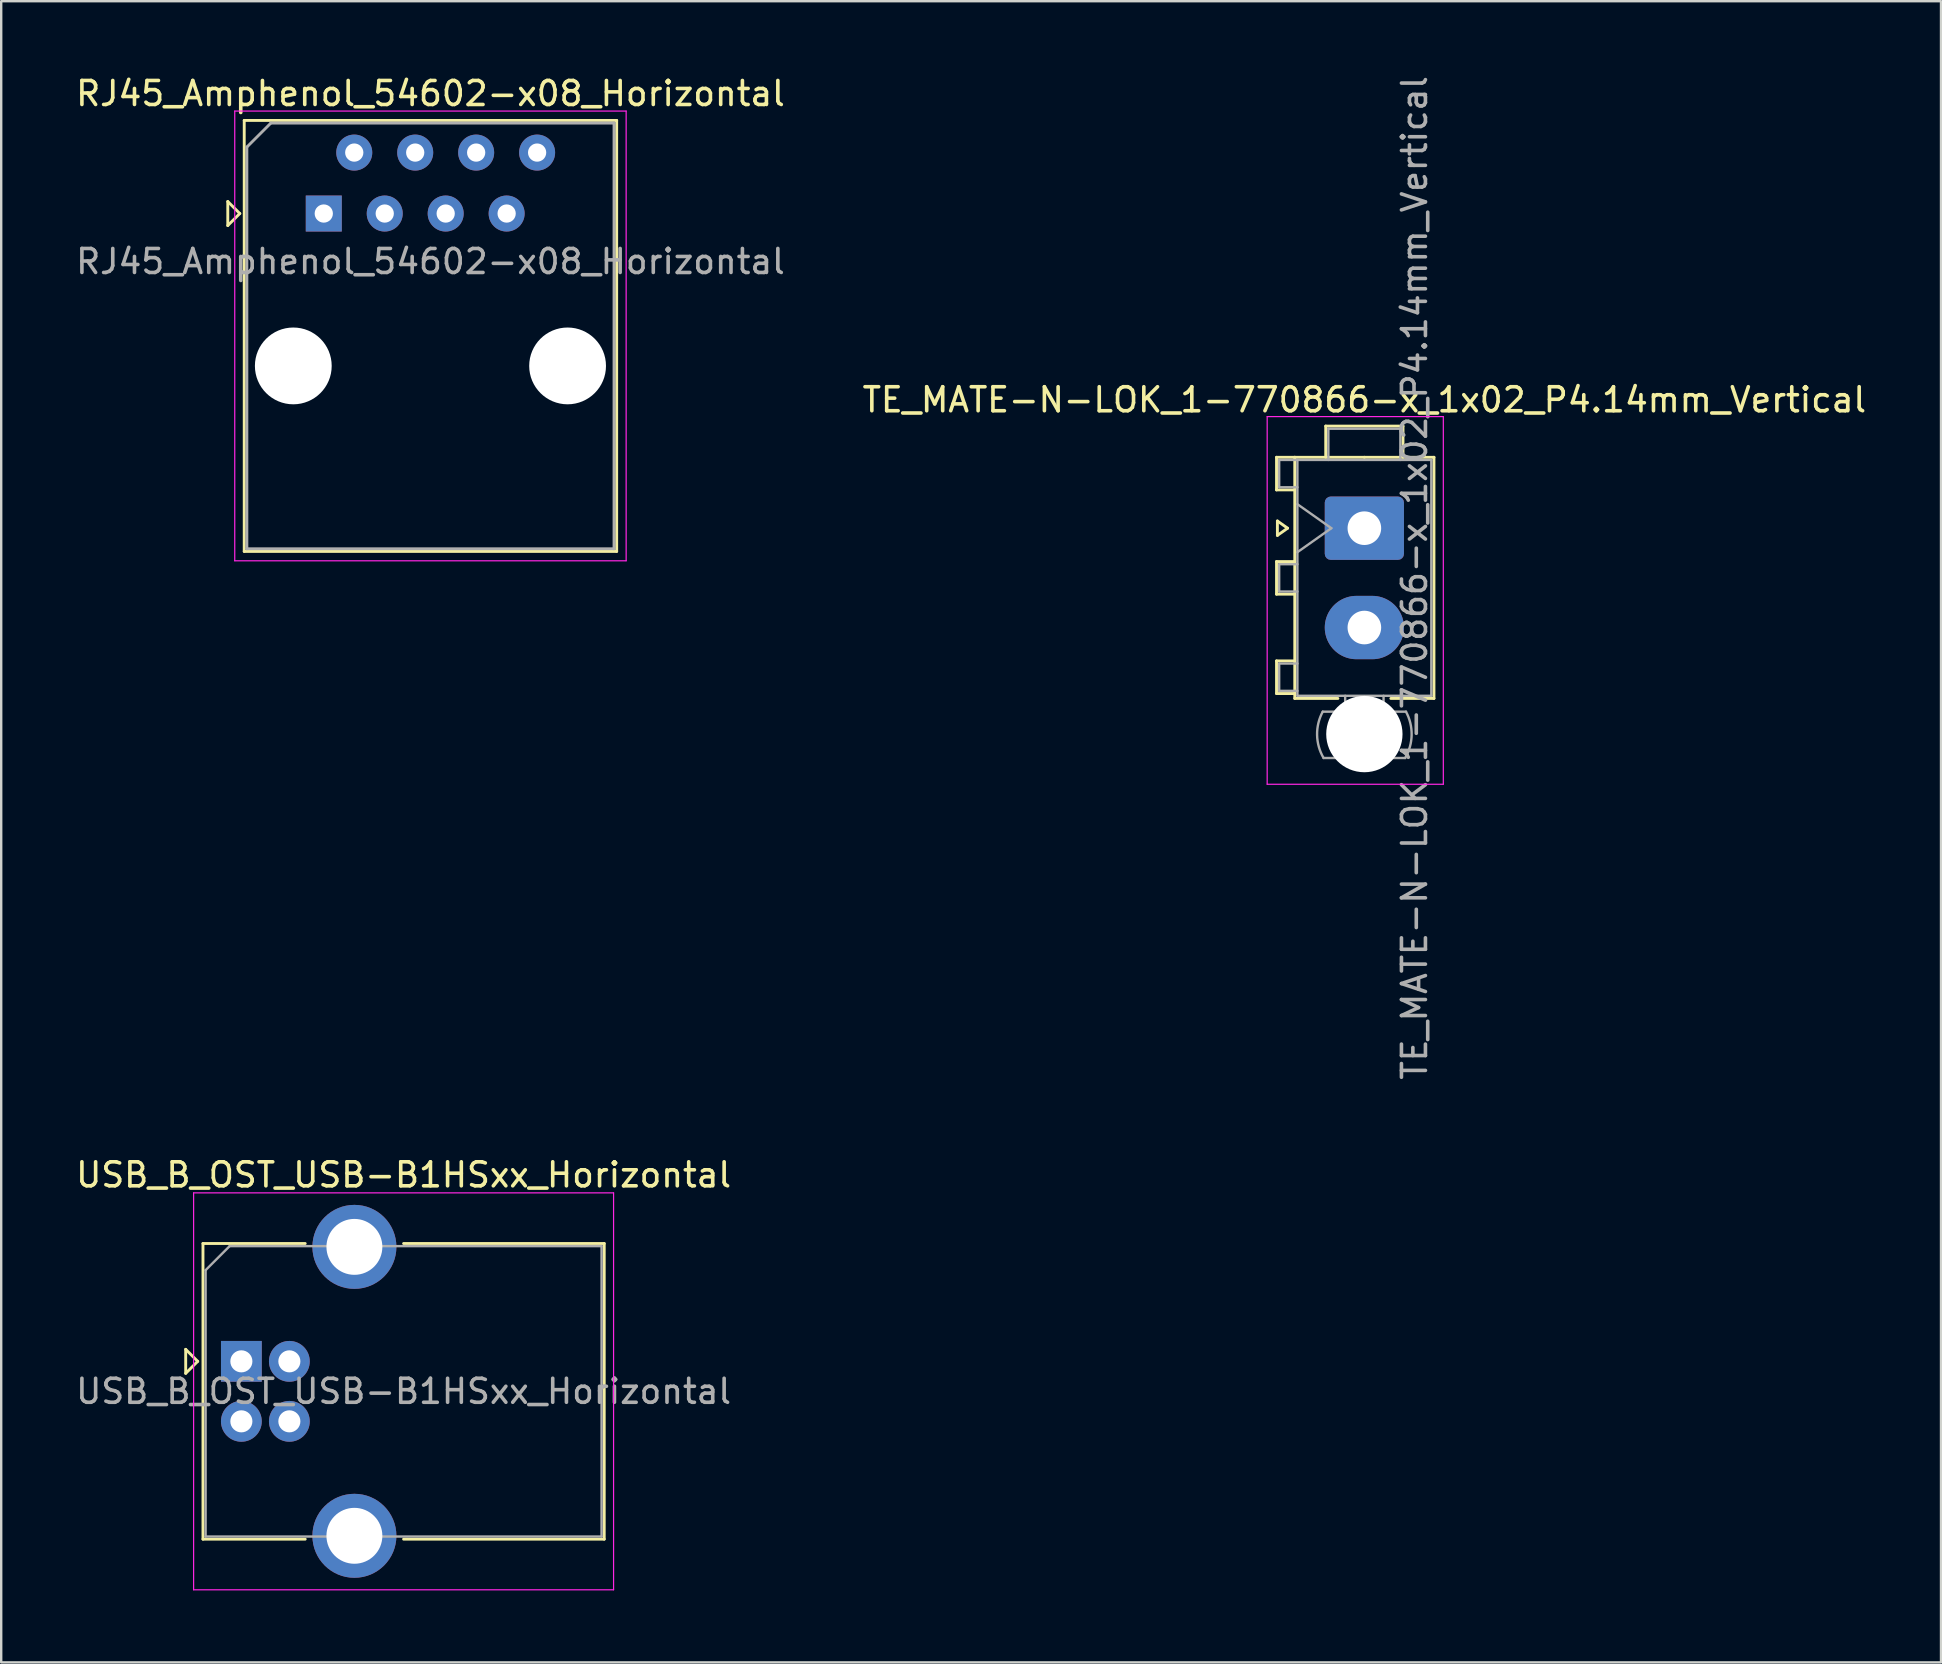
<source format=kicad_pcb>
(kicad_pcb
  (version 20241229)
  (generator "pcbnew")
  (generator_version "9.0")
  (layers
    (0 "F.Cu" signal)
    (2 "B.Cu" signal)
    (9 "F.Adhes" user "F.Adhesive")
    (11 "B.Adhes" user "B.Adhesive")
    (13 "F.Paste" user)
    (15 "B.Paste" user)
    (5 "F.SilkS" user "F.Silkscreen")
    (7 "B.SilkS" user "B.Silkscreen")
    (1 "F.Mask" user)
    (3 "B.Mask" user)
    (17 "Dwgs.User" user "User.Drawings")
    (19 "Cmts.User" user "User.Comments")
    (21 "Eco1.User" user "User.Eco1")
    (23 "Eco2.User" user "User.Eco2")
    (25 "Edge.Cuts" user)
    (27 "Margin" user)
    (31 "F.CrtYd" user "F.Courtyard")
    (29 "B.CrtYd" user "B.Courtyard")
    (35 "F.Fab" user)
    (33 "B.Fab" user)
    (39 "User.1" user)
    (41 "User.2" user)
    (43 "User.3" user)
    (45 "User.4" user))
  (footprint "RJ45_Amphenol_54602-x08_Horizontal"
    (layer "F.Cu")
    (at 10.442 5.848)
    (property "Reference" "RJ45_Amphenol_54602-x08_Horizontal" (at 4.445 -5 0) (layer "F.SilkS") (effects (font (size 1 1) (thickness 0.15))))
    (attr through_hole)
    (fp_line (start -4 -0.5) (end -4 0.5) (stroke (width 0.12) (type solid)) (layer "F.SilkS"))
    (fp_line (start -4 0.5) (end -3.5 0) (stroke (width 0.12) (type solid)) (layer "F.SilkS"))
    (fp_line (start -3.5 0) (end -4 -0.5) (stroke (width 0.12) (type solid)) (layer "F.SilkS"))
    (fp_line (start -3.315 -3.88) (end -3.315 14.08) (stroke (width 0.12) (type solid)) (layer "F.SilkS"))
    (fp_line (start -3.315 14.08) (end 12.205 14.08) (stroke (width 0.12) (type solid)) (layer "F.SilkS"))
    (fp_line (start 12.205 -3.88) (end -3.315 -3.88) (stroke (width 0.12) (type solid)) (layer "F.SilkS"))
    (fp_line (start 12.205 -3.88) (end 12.205 14.08) (stroke (width 0.12) (type solid)) (layer "F.SilkS"))
    (fp_line (start -3.71 -4.27) (end -3.71 14.47) (stroke (width 0.05) (type solid)) (layer "F.CrtYd"))
    (fp_line (start -3.71 -4.27) (end 12.6 -4.27) (stroke (width 0.05) (type solid)) (layer "F.CrtYd"))
    (fp_line (start 12.6 14.47) (end -3.71 14.47) (stroke (width 0.05) (type solid)) (layer "F.CrtYd"))
    (fp_line (start 12.6 14.47) (end 12.6 -4.27) (stroke (width 0.05) (type solid)) (layer "F.CrtYd"))
    (fp_line (start -3.205 -2.77) (end -2.205 -3.77) (stroke (width 0.12) (type solid)) (layer "F.Fab"))
    (fp_line (start -3.205 13.97) (end -3.205 -2.77) (stroke (width 0.12) (type solid)) (layer "F.Fab"))
    (fp_line (start -2.205 -3.77) (end 12.095 -3.77) (stroke (width 0.12) (type solid)) (layer "F.Fab"))
    (fp_line (start 12.095 -3.77) (end 12.095 13.97) (stroke (width 0.12) (type solid)) (layer "F.Fab"))
    (fp_line (start 12.095 13.97) (end -3.205 13.97) (stroke (width 0.12) (type solid)) (layer "F.Fab"))
    (fp_text user "${REFERENCE}" (at 4.445 2 0) (layer "F.Fab") (effects (font (size 1 1) (thickness 0.15))))
    (pad "" np_thru_hole circle (at -1.27 6.35) (size 3.2 3.2) (drill 3.2) (layers "*.Cu" "*.Mask"))
    (pad "" np_thru_hole circle (at 10.16 6.35) (size 3.2 3.2) (drill 3.2) (layers "*.Cu" "*.Mask"))
    (pad "1" thru_hole rect (at 0 0) (size 1.5 1.5) (drill 0.76) (layers "*.Cu" "*.Mask"))
    (pad "2" thru_hole circle (at 1.27 -2.54) (size 1.5 1.5) (drill 0.76) (layers "*.Cu" "*.Mask"))
    (pad "3" thru_hole circle (at 2.54 0) (size 1.5 1.5) (drill 0.76) (layers "*.Cu" "*.Mask"))
    (pad "4" thru_hole circle (at 3.81 -2.54) (size 1.5 1.5) (drill 0.76) (layers "*.Cu" "*.Mask"))
    (pad "5" thru_hole circle (at 5.08 0) (size 1.5 1.5) (drill 0.76) (layers "*.Cu" "*.Mask"))
    (pad "6" thru_hole circle (at 6.35 -2.54) (size 1.5 1.5) (drill 0.76) (layers "*.Cu" "*.Mask"))
    (pad "7" thru_hole circle (at 7.62 0) (size 1.5 1.5) (drill 0.76) (layers "*.Cu" "*.Mask"))
    (pad "8" thru_hole circle (at 8.89 -2.54) (size 1.5 1.5) (drill 0.76) (layers "*.Cu" "*.Mask")))
  (footprint "TE_MATE-N-LOK_1-770866-x_1x02_P4.14mm_Vertical"
    (layer "F.Cu")
    (at 53.804 18.96)
    (property "Reference" "TE_MATE-N-LOK_1-770866-x_1x02_P4.14mm_Vertical" (at 0 -5.35 0) (layer "F.SilkS") (effects (font (size 1 1) (thickness 0.15))))
    (attr through_hole)
    (fp_line (start -3.66 -2.955) (end -3.66 -1.595) (stroke (width 0.12) (type solid)) (layer "F.SilkS"))
    (fp_line (start -3.66 -1.595) (end -2.9 -1.595) (stroke (width 0.12) (type solid)) (layer "F.SilkS"))
    (fp_line (start -3.66 1.39) (end -3.66 2.75) (stroke (width 0.12) (type solid)) (layer "F.SilkS"))
    (fp_line (start -3.66 2.75) (end -2.9 2.75) (stroke (width 0.12) (type solid)) (layer "F.SilkS"))
    (fp_line (start -3.66 5.53) (end -3.66 6.89) (stroke (width 0.12) (type solid)) (layer "F.SilkS"))
    (fp_line (start -3.66 6.89) (end -2.9 6.89) (stroke (width 0.12) (type solid)) (layer "F.SilkS"))
    (fp_line (start -3.624 -0.3) (end -3.2 0) (stroke (width 0.12) (type solid)) (layer "F.SilkS"))
    (fp_line (start -3.624 0.3) (end -3.624 -0.3) (stroke (width 0.12) (type solid)) (layer "F.SilkS"))
    (fp_line (start -3.2 0) (end -3.624 0.3) (stroke (width 0.12) (type solid)) (layer "F.SilkS"))
    (fp_line (start -2.9 -2.955) (end -3.66 -2.955) (stroke (width 0.12) (type solid)) (layer "F.SilkS"))
    (fp_line (start -2.9 -2.955) (end -2.9 7.095) (stroke (width 0.12) (type solid)) (layer "F.SilkS"))
    (fp_line (start -2.9 1.39) (end -3.66 1.39) (stroke (width 0.12) (type solid)) (layer "F.SilkS"))
    (fp_line (start -2.9 5.53) (end -3.66 5.53) (stroke (width 0.12) (type solid)) (layer "F.SilkS"))
    (fp_line (start -2.9 7.095) (end -1.103 7.095) (stroke (width 0.12) (type solid)) (layer "F.SilkS"))
    (fp_line (start -1.61 -4.255) (end 1.61 -4.255) (stroke (width 0.12) (type solid)) (layer "F.SilkS"))
    (fp_line (start -1.61 -2.955) (end -1.61 -4.255) (stroke (width 0.12) (type solid)) (layer "F.SilkS"))
    (fp_line (start 0 -2.955) (end -2.9 -2.955) (stroke (width 0.12) (type solid)) (layer "F.SilkS"))
    (fp_line (start 0 -2.955) (end 2.9 -2.955) (stroke (width 0.12) (type solid)) (layer "F.SilkS"))
    (fp_line (start 1.61 -4.255) (end 1.61 -2.955) (stroke (width 0.12) (type solid)) (layer "F.SilkS"))
    (fp_line (start 2.9 -2.955) (end 2.9 7.095) (stroke (width 0.12) (type solid)) (layer "F.SilkS"))
    (fp_line (start 2.9 7.095) (end 1.103 7.095) (stroke (width 0.12) (type solid)) (layer "F.SilkS"))
    (fp_line (start -4.05 -4.65) (end -4.05 10.67) (stroke (width 0.05) (type solid)) (layer "F.CrtYd"))
    (fp_line (start -4.05 10.67) (end 3.29 10.67) (stroke (width 0.05) (type solid)) (layer "F.CrtYd"))
    (fp_line (start 3.29 -4.65) (end -4.05 -4.65) (stroke (width 0.05) (type solid)) (layer "F.CrtYd"))
    (fp_line (start 3.29 10.67) (end 3.29 -4.65) (stroke (width 0.05) (type solid)) (layer "F.CrtYd"))
    (fp_line (start -3.55 -2.845) (end -3.55 -1.705) (stroke (width 0.1) (type solid)) (layer "F.Fab"))
    (fp_line (start -3.55 -1.705) (end -2.79 -1.705) (stroke (width 0.1) (type solid)) (layer "F.Fab"))
    (fp_line (start -3.55 1.5) (end -3.55 2.64) (stroke (width 0.1) (type solid)) (layer "F.Fab"))
    (fp_line (start -3.55 2.64) (end -2.79 2.64) (stroke (width 0.1) (type solid)) (layer "F.Fab"))
    (fp_line (start -3.55 5.64) (end -3.55 6.78) (stroke (width 0.1) (type solid)) (layer "F.Fab"))
    (fp_line (start -3.55 6.78) (end -2.79 6.78) (stroke (width 0.1) (type solid)) (layer "F.Fab"))
    (fp_line (start -2.79 -2.845) (end -3.55 -2.845) (stroke (width 0.1) (type solid)) (layer "F.Fab"))
    (fp_line (start -2.79 -2.845) (end -2.79 6.985) (stroke (width 0.1) (type solid)) (layer "F.Fab"))
    (fp_line (start -2.79 -1) (end -1.376 0) (stroke (width 0.1) (type solid)) (layer "F.Fab"))
    (fp_line (start -2.79 1.5) (end -3.55 1.5) (stroke (width 0.1) (type solid)) (layer "F.Fab"))
    (fp_line (start -2.79 5.64) (end -3.55 5.64) (stroke (width 0.1) (type solid)) (layer "F.Fab"))
    (fp_line (start -2.79 6.985) (end 2.79 6.985) (stroke (width 0.1) (type solid)) (layer "F.Fab"))
    (fp_line (start -1.5 -4.145) (end 1.5 -4.145) (stroke (width 0.1) (type solid)) (layer "F.Fab"))
    (fp_line (start -1.5 -2.845) (end -1.5 -4.145) (stroke (width 0.1) (type solid)) (layer "F.Fab"))
    (fp_line (start -1.376 0) (end -2.79 1) (stroke (width 0.1) (type solid)) (layer "F.Fab"))
    (fp_line (start -0.8 6.985) (end -0.8 7.645) (stroke (width 0.1) (type solid)) (layer "F.Fab"))
    (fp_line (start 0.8 6.985) (end 0.8 7.645) (stroke (width 0.1) (type solid)) (layer "F.Fab"))
    (fp_line (start 1.5 -4.145) (end 1.5 -2.845) (stroke (width 0.1) (type solid)) (layer "F.Fab"))
    (fp_line (start 1.7 9.576) (end -1.7 9.576) (stroke (width 0.1) (type solid)) (layer "F.Fab"))
    (fp_line (start 1.734 7.645) (end -1.734 7.645) (stroke (width 0.1) (type solid)) (layer "F.Fab"))
    (fp_line (start 2.79 -2.845) (end -2.79 -2.845) (stroke (width 0.1) (type solid)) (layer "F.Fab"))
    (fp_line (start 2.79 6.985) (end 2.79 -2.845) (stroke (width 0.1) (type solid)) (layer "F.Fab"))
    (fp_arc (start -1.699672 9.576) (mid -1.969689 8.614992) (end -1.733977 7.645) (stroke (width 0.1) (type solid)) (layer "F.Fab"))
    (fp_arc (start 1.733977 7.645) (mid 1.96969 8.614992) (end 1.699672 9.576) (stroke (width 0.1) (type solid)) (layer "F.Fab"))
    (fp_text user "${REFERENCE}" (at 2.09 2.07 90) (layer "F.Fab") (effects (font (size 1 1) (thickness 0.15))))
    (pad "" np_thru_hole circle (at 0 8.58) (size 3.18 3.18) (drill 3.18) (layers "*.Cu" "*.Mask"))
    (pad "1" thru_hole roundrect (at 0 0) (size 3.3 2.64) (drill 1.4) (layers "*.Cu" "*.Mask") (roundrect_rratio 0.095))
    (pad "2" thru_hole oval (at 0 4.14) (size 3.3 2.64) (drill 1.4) (layers "*.Cu" "*.Mask")))
  (footprint "USB_B_OST_USB-B1HSxx_Horizontal"
    (layer "F.Cu")
    (at 7.008 53.678)
    (property "Reference" "USB_B_OST_USB-B1HSxx_Horizontal" (at 6.76 -7.77 180) (layer "F.SilkS") (effects (font (size 1 1) (thickness 0.15))))
    (attr through_hole)
    (fp_line (start -2.32 -0.5) (end -2.32 0.5) (stroke (width 0.12) (type solid)) (layer "F.SilkS"))
    (fp_line (start -2.32 0.5) (end -1.82 0) (stroke (width 0.12) (type solid)) (layer "F.SilkS"))
    (fp_line (start -1.82 0) (end -2.32 -0.5) (stroke (width 0.12) (type solid)) (layer "F.SilkS"))
    (fp_line (start -1.6 -4.91) (end -1.6 7.41) (stroke (width 0.12) (type solid)) (layer "F.SilkS"))
    (fp_line (start -1.6 7.41) (end 2.66 7.41) (stroke (width 0.12) (type solid)) (layer "F.SilkS"))
    (fp_line (start 2.66 -4.91) (end -1.6 -4.91) (stroke (width 0.12) (type solid)) (layer "F.SilkS"))
    (fp_line (start 6.76 -4.91) (end 15.12 -4.91) (stroke (width 0.12) (type solid)) (layer "F.SilkS"))
    (fp_line (start 15.12 -4.91) (end 15.12 7.41) (stroke (width 0.12) (type solid)) (layer "F.SilkS"))
    (fp_line (start 15.12 7.41) (end 6.76 7.41) (stroke (width 0.12) (type solid)) (layer "F.SilkS"))
    (fp_line (start -1.99 -7.02) (end -1.99 9.52) (stroke (width 0.05) (type solid)) (layer "F.CrtYd"))
    (fp_line (start -1.99 9.52) (end 15.51 9.52) (stroke (width 0.05) (type solid)) (layer "F.CrtYd"))
    (fp_line (start 15.51 -7.02) (end -1.99 -7.02) (stroke (width 0.05) (type solid)) (layer "F.CrtYd"))
    (fp_line (start 15.51 9.52) (end 15.51 -7.02) (stroke (width 0.05) (type solid)) (layer "F.CrtYd"))
    (fp_line (start -1.49 -3.8) (end -0.49 -4.8) (stroke (width 0.1) (type solid)) (layer "F.Fab"))
    (fp_line (start -1.49 7.3) (end -1.49 -3.8) (stroke (width 0.1) (type solid)) (layer "F.Fab"))
    (fp_line (start -0.49 -4.8) (end 15.01 -4.8) (stroke (width 0.1) (type solid)) (layer "F.Fab"))
    (fp_line (start 15.01 -4.8) (end 15.01 7.3) (stroke (width 0.1) (type solid)) (layer "F.Fab"))
    (fp_line (start 15.01 7.3) (end -1.49 7.3) (stroke (width 0.1) (type solid)) (layer "F.Fab"))
    (fp_text user "${REFERENCE}" (at 6.76 1.25 180) (layer "F.Fab") (effects (font (size 1 1) (thickness 0.15))))
    (pad "1" thru_hole rect (at 0 0) (size 1.7 1.7) (drill 0.92) (layers "*.Cu" "*.Mask"))
    (pad "2" thru_hole circle (at 0 2.5) (size 1.7 1.7) (drill 0.92) (layers "*.Cu" "*.Mask"))
    (pad "3" thru_hole circle (at 2 2.5) (size 1.7 1.7) (drill 0.92) (layers "*.Cu" "*.Mask"))
    (pad "4" thru_hole circle (at 2 0) (size 1.7 1.7) (drill 0.92) (layers "*.Cu" "*.Mask"))
    (pad "5" thru_hole circle (at 4.71 -4.77) (size 3.5 3.5) (drill 2.33) (layers "*.Cu" "*.Mask"))
    (pad "5" thru_hole circle (at 4.71 7.27) (size 3.5 3.5) (drill 2.33) (layers "*.Cu" "*.Mask")))
  (gr_rect
    (start -3 -3)
    (end 77.833 66.223)
    (stroke (width 0.1) (type default))
    (fill no)
    (layer "Edge.Cuts")))
</source>
